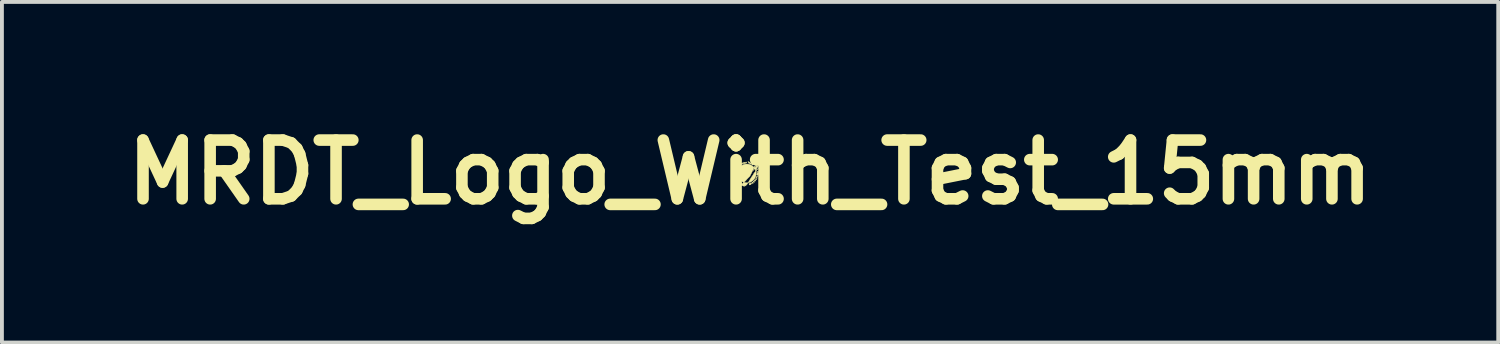
<source format=kicad_pcb>
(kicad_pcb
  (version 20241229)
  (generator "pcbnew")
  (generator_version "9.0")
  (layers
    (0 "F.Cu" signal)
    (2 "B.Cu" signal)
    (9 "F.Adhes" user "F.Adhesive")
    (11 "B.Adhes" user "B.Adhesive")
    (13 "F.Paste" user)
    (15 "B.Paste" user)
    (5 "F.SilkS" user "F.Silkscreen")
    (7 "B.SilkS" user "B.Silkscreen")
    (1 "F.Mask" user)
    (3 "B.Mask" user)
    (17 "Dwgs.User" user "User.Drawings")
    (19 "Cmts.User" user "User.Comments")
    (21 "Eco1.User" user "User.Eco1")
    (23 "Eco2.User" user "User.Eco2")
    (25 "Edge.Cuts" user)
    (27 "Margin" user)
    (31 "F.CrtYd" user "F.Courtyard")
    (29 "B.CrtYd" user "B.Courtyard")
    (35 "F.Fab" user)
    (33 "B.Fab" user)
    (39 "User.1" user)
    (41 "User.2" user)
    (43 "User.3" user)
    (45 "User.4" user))
  (footprint "MRDT_Logo_With_Test_15mm"
    (layer "F.Cu")
    (at 16.408 1.418)
    (property "Reference" "MRDT_Logo_With_Test_15mm" (at 0 0 0) (layer "F.SilkS") (effects (font (size 1.524 1.524) (thickness 0.3))))
    (attr through_hole)
    (fp_poly (pts (xy 0.164 0.105) (xy 0.166 0.106) (xy 0.167 0.108) (xy 0.166 0.11) (xy 0.165 0.111) (xy 0.162 0.111) (xy 0.161 0.11) (xy 0.16 0.109) (xy 0.16 0.107) (xy 0.161 0.105) (xy 0.162 0.105) (xy 0.164 0.105)) (stroke (width 0.01) (type solid)) (fill yes) (layer "F.SilkS"))
    (fp_poly (pts (xy -0.168 -0.262) (xy -0.167 -0.262) (xy -0.166 -0.259) (xy -0.167 -0.257) (xy -0.168 -0.256) (xy -0.17 -0.257) (xy -0.171 -0.258) (xy -0.171 -0.258) (xy -0.172 -0.261) (xy -0.172 -0.262) (xy -0.17 -0.262) (xy -0.17 -0.262) (xy -0.168 -0.262)) (stroke (width 0.01) (type solid)) (fill yes) (layer "F.SilkS"))
    (fp_poly (pts (xy 0.146 -0.047) (xy 0.146 -0.045) (xy 0.146 -0.045) (xy 0.145 -0.043) (xy 0.144 -0.041) (xy 0.142 -0.04) (xy 0.141 -0.039) (xy 0.141 -0.039) (xy 0.141 -0.04) (xy 0.142 -0.042) (xy 0.143 -0.044) (xy 0.144 -0.046) (xy 0.145 -0.047) (xy 0.146 -0.047)) (stroke (width 0.01) (type solid)) (fill yes) (layer "F.SilkS"))
    (fp_poly (pts (xy 0.028 0.27) (xy 0.029 0.272) (xy 0.03 0.273) (xy 0.03 0.274) (xy 0.03 0.274) (xy 0.029 0.275) (xy 0.028 0.276) (xy 0.026 0.276) (xy 0.025 0.276) (xy 0.024 0.274) (xy 0.023 0.272) (xy 0.023 0.271) (xy 0.025 0.27) (xy 0.027 0.27) (xy 0.028 0.27)) (stroke (width 0.01) (type solid)) (fill yes) (layer "F.SilkS"))
    (fp_poly (pts (xy -0.164 -0.252) (xy -0.163 -0.249) (xy -0.161 -0.242) (xy -0.159 -0.236) (xy -0.158 -0.232) (xy -0.157 -0.229) (xy -0.157 -0.227) (xy -0.158 -0.226) (xy -0.159 -0.226) (xy -0.16 -0.225) (xy -0.16 -0.226) (xy -0.161 -0.227) (xy -0.162 -0.229) (xy -0.164 -0.233) (xy -0.165 -0.238) (xy -0.167 -0.244) (xy -0.168 -0.248) (xy -0.168 -0.25) (xy -0.168 -0.252) (xy -0.168 -0.252) (xy -0.165 -0.253) (xy -0.164 -0.252)) (stroke (width 0.01) (type solid)) (fill yes) (layer "F.SilkS"))
    (fp_poly (pts (xy 0.185 0.113) (xy 0.19 0.115) (xy 0.195 0.117) (xy 0.198 0.118) (xy 0.2 0.119) (xy 0.2 0.119) (xy 0.2 0.121) (xy 0.2 0.123) (xy 0.199 0.124) (xy 0.198 0.124) (xy 0.197 0.124) (xy 0.194 0.123) (xy 0.19 0.121) (xy 0.185 0.12) (xy 0.184 0.119) (xy 0.179 0.117) (xy 0.175 0.116) (xy 0.172 0.115) (xy 0.171 0.114) (xy 0.171 0.114) (xy 0.17 0.113) (xy 0.171 0.111) (xy 0.172 0.108) (xy 0.185 0.113)) (stroke (width 0.01) (type solid)) (fill yes) (layer "F.SilkS"))
    (fp_poly (pts (xy 0.034 0.28) (xy 0.035 0.283) (xy 0.038 0.286) (xy 0.04 0.29) (xy 0.042 0.294) (xy 0.045 0.298) (xy 0.047 0.301) (xy 0.048 0.304) (xy 0.048 0.305) (xy 0.048 0.306) (xy 0.047 0.307) (xy 0.045 0.308) (xy 0.044 0.307) (xy 0.042 0.305) (xy 0.042 0.304) (xy 0.04 0.301) (xy 0.038 0.297) (xy 0.035 0.293) (xy 0.034 0.291) (xy 0.031 0.287) (xy 0.03 0.284) (xy 0.029 0.282) (xy 0.029 0.281) (xy 0.03 0.281) (xy 0.03 0.28) (xy 0.032 0.28) (xy 0.033 0.279) (xy 0.034 0.28)) (stroke (width 0.01) (type solid)) (fill yes) (layer "F.SilkS"))
    (fp_poly (pts (xy -0.294 -0.174) (xy -0.294 -0.172) (xy -0.295 -0.17) (xy -0.295 -0.169) (xy -0.296 -0.167) (xy -0.297 -0.165) (xy -0.296 -0.163) (xy -0.294 -0.161) (xy -0.291 -0.157) (xy -0.289 -0.155) (xy -0.286 -0.152) (xy -0.285 -0.15) (xy -0.284 -0.149) (xy -0.284 -0.148) (xy -0.285 -0.147) (xy -0.286 -0.147) (xy -0.287 -0.147) (xy -0.288 -0.147) (xy -0.29 -0.149) (xy -0.293 -0.152) (xy -0.296 -0.155) (xy -0.3 -0.159) (xy -0.303 -0.163) (xy -0.305 -0.165) (xy -0.305 -0.166) (xy -0.305 -0.166) (xy -0.304 -0.168) (xy -0.303 -0.167) (xy -0.302 -0.168) (xy -0.301 -0.169) (xy -0.3 -0.171) (xy -0.299 -0.173) (xy -0.296 -0.175) (xy -0.296 -0.175) (xy -0.294 -0.174)) (stroke (width 0.01) (type solid)) (fill yes) (layer "F.SilkS"))
    (fp_poly (pts (xy -0.382 0.036) (xy -0.381 0.038) (xy -0.381 0.04) (xy -0.381 0.042) (xy -0.38 0.043) (xy -0.377 0.044) (xy -0.374 0.044) (xy -0.368 0.044) (xy -0.368 0.044) (xy -0.363 0.045) (xy -0.36 0.045) (xy -0.359 0.045) (xy -0.358 0.046) (xy -0.358 0.047) (xy -0.358 0.047) (xy -0.358 0.048) (xy -0.359 0.049) (xy -0.36 0.049) (xy -0.363 0.05) (xy -0.367 0.05) (xy -0.367 0.05) (xy -0.374 0.05) (xy -0.38 0.051) (xy -0.383 0.05) (xy -0.385 0.05) (xy -0.386 0.049) (xy -0.386 0.049) (xy -0.386 0.047) (xy -0.385 0.047) (xy -0.385 0.044) (xy -0.386 0.043) (xy -0.387 0.041) (xy -0.387 0.038) (xy -0.386 0.037) (xy -0.384 0.036) (xy -0.382 0.036)) (stroke (width 0.01) (type solid)) (fill yes) (layer "F.SilkS"))
    (fp_poly (pts (xy 0.218 -0.096) (xy 0.219 -0.095) (xy 0.219 -0.094) (xy 0.218 -0.094) (xy 0.217 -0.094) (xy 0.215 -0.094) (xy 0.213 -0.093) (xy 0.21 -0.092) (xy 0.207 -0.09) (xy 0.203 -0.086) (xy 0.202 -0.085) (xy 0.197 -0.08) (xy 0.19 -0.074) (xy 0.182 -0.066) (xy 0.173 -0.056) (xy 0.163 -0.045) (xy 0.159 -0.041) (xy 0.156 -0.038) (xy 0.153 -0.035) (xy 0.151 -0.033) (xy 0.151 -0.033) (xy 0.15 -0.033) (xy 0.149 -0.035) (xy 0.148 -0.038) (xy 0.146 -0.044) (xy 0.153 -0.05) (xy 0.159 -0.056) (xy 0.166 -0.062) (xy 0.173 -0.068) (xy 0.179 -0.074) (xy 0.185 -0.078) (xy 0.187 -0.08) (xy 0.194 -0.085) (xy 0.201 -0.089) (xy 0.207 -0.093) (xy 0.212 -0.095) (xy 0.215 -0.096) (xy 0.218 -0.096)) (stroke (width 0.01) (type solid)) (fill yes) (layer "F.SilkS"))
    (fp_poly (pts (xy 0.167 0.129) (xy 0.168 0.13) (xy 0.168 0.132) (xy 0.167 0.133) (xy 0.166 0.136) (xy 0.166 0.137) (xy 0.167 0.139) (xy 0.169 0.141) (xy 0.173 0.143) (xy 0.177 0.145) (xy 0.18 0.147) (xy 0.184 0.149) (xy 0.186 0.15) (xy 0.187 0.152) (xy 0.186 0.153) (xy 0.186 0.154) (xy 0.185 0.154) (xy 0.184 0.155) (xy 0.182 0.154) (xy 0.18 0.153) (xy 0.176 0.151) (xy 0.171 0.149) (xy 0.165 0.146) (xy 0.162 0.144) (xy 0.159 0.143) (xy 0.158 0.142) (xy 0.158 0.141) (xy 0.158 0.14) (xy 0.158 0.14) (xy 0.159 0.138) (xy 0.16 0.138) (xy 0.161 0.138) (xy 0.161 0.136) (xy 0.161 0.135) (xy 0.161 0.132) (xy 0.163 0.129) (xy 0.164 0.128) (xy 0.165 0.128) (xy 0.167 0.129)) (stroke (width 0.01) (type solid)) (fill yes) (layer "F.SilkS"))
    (fp_poly (pts (xy -0.345 -0.092) (xy -0.342 -0.09) (xy -0.337 -0.087) (xy -0.335 -0.084) (xy -0.334 -0.08) (xy -0.334 -0.078) (xy -0.335 -0.074) (xy -0.337 -0.07) (xy -0.34 -0.067) (xy -0.345 -0.066) (xy -0.35 -0.066) (xy -0.354 -0.068) (xy -0.357 -0.07) (xy -0.36 -0.072) (xy -0.36 -0.072) (xy -0.362 -0.076) (xy -0.362 -0.079) (xy -0.357 -0.079) (xy -0.356 -0.076) (xy -0.353 -0.073) (xy -0.352 -0.073) (xy -0.347 -0.071) (xy -0.343 -0.071) (xy -0.34 -0.073) (xy -0.34 -0.073) (xy -0.338 -0.076) (xy -0.338 -0.078) (xy -0.338 -0.078) (xy -0.339 -0.08) (xy -0.341 -0.083) (xy -0.344 -0.085) (xy -0.347 -0.087) (xy -0.347 -0.087) (xy -0.351 -0.087) (xy -0.354 -0.087) (xy -0.356 -0.085) (xy -0.356 -0.083) (xy -0.357 -0.079) (xy -0.362 -0.079) (xy -0.362 -0.081) (xy -0.361 -0.085) (xy -0.358 -0.089) (xy -0.355 -0.091) (xy -0.352 -0.093) (xy -0.348 -0.093) (xy -0.345 -0.092)) (stroke (width 0.01) (type solid)) (fill yes) (layer "F.SilkS"))
    (fp_poly (pts (xy -0.336 -0.126) (xy -0.334 -0.124) (xy -0.331 -0.121) (xy -0.328 -0.117) (xy -0.327 -0.115) (xy -0.324 -0.111) (xy -0.321 -0.107) (xy -0.32 -0.105) (xy -0.319 -0.103) (xy -0.319 -0.102) (xy -0.32 -0.102) (xy -0.32 -0.101) (xy -0.321 -0.101) (xy -0.322 -0.1) (xy -0.324 -0.1) (xy -0.327 -0.101) (xy -0.331 -0.102) (xy -0.337 -0.103) (xy -0.342 -0.104) (xy -0.346 -0.105) (xy -0.348 -0.106) (xy -0.35 -0.106) (xy -0.35 -0.106) (xy -0.349 -0.107) (xy -0.348 -0.109) (xy -0.348 -0.109) (xy -0.347 -0.11) (xy -0.345 -0.11) (xy -0.343 -0.109) (xy -0.339 -0.109) (xy -0.336 -0.108) (xy -0.332 -0.107) (xy -0.329 -0.106) (xy -0.327 -0.106) (xy -0.326 -0.107) (xy -0.327 -0.108) (xy -0.329 -0.11) (xy -0.332 -0.113) (xy -0.333 -0.115) (xy -0.336 -0.119) (xy -0.337 -0.121) (xy -0.338 -0.123) (xy -0.338 -0.124) (xy -0.338 -0.125) (xy -0.337 -0.127) (xy -0.336 -0.127) (xy -0.336 -0.126)) (stroke (width 0.01) (type solid)) (fill yes) (layer "F.SilkS"))
    (fp_poly (pts (xy -0.052 -0.274) (xy -0.049 -0.273) (xy -0.045 -0.273) (xy -0.04 -0.272) (xy -0.035 -0.271) (xy -0.031 -0.271) (xy -0.028 -0.27) (xy -0.027 -0.27) (xy -0.027 -0.27) (xy -0.026 -0.268) (xy -0.027 -0.266) (xy -0.028 -0.265) (xy -0.029 -0.265) (xy -0.031 -0.266) (xy -0.034 -0.266) (xy -0.035 -0.266) (xy -0.039 -0.267) (xy -0.041 -0.255) (xy -0.042 -0.248) (xy -0.043 -0.243) (xy -0.043 -0.24) (xy -0.044 -0.237) (xy -0.044 -0.236) (xy -0.045 -0.235) (xy -0.046 -0.235) (xy -0.046 -0.235) (xy -0.047 -0.235) (xy -0.049 -0.235) (xy -0.05 -0.235) (xy -0.049 -0.236) (xy -0.049 -0.239) (xy -0.048 -0.243) (xy -0.048 -0.248) (xy -0.047 -0.253) (xy -0.046 -0.257) (xy -0.046 -0.261) (xy -0.045 -0.264) (xy -0.045 -0.266) (xy -0.045 -0.267) (xy -0.046 -0.268) (xy -0.048 -0.268) (xy -0.05 -0.269) (xy -0.054 -0.269) (xy -0.055 -0.27) (xy -0.056 -0.271) (xy -0.056 -0.272) (xy -0.056 -0.273) (xy -0.055 -0.274) (xy -0.054 -0.274) (xy -0.052 -0.274)) (stroke (width 0.01) (type solid)) (fill yes) (layer "F.SilkS"))
    (fp_poly (pts (xy 0.132 0.2) (xy 0.135 0.202) (xy 0.138 0.205) (xy 0.141 0.208) (xy 0.143 0.211) (xy 0.144 0.213) (xy 0.144 0.217) (xy 0.143 0.221) (xy 0.14 0.225) (xy 0.137 0.228) (xy 0.133 0.23) (xy 0.131 0.23) (xy 0.127 0.23) (xy 0.125 0.229) (xy 0.124 0.229) (xy 0.122 0.228) (xy 0.119 0.226) (xy 0.119 0.226) (xy 0.115 0.222) (xy 0.113 0.218) (xy 0.112 0.214) (xy 0.118 0.214) (xy 0.119 0.217) (xy 0.122 0.22) (xy 0.124 0.223) (xy 0.127 0.224) (xy 0.129 0.224) (xy 0.13 0.224) (xy 0.134 0.224) (xy 0.136 0.222) (xy 0.138 0.219) (xy 0.139 0.217) (xy 0.138 0.214) (xy 0.137 0.212) (xy 0.135 0.209) (xy 0.134 0.209) (xy 0.132 0.207) (xy 0.129 0.206) (xy 0.127 0.205) (xy 0.126 0.205) (xy 0.123 0.206) (xy 0.121 0.207) (xy 0.119 0.208) (xy 0.118 0.211) (xy 0.118 0.214) (xy 0.112 0.214) (xy 0.112 0.213) (xy 0.113 0.209) (xy 0.115 0.205) (xy 0.118 0.202) (xy 0.122 0.2) (xy 0.127 0.199) (xy 0.132 0.2)) (stroke (width 0.01) (type solid)) (fill yes) (layer "F.SilkS"))
    (fp_poly (pts (xy 0.179 -0.024) (xy 0.18 -0.023) (xy 0.18 -0.021) (xy 0.181 -0.018) (xy 0.181 -0.015) (xy 0.182 -0.012) (xy 0.182 -0.011) (xy 0.183 -0.011) (xy 0.186 -0.012) (xy 0.19 -0.013) (xy 0.195 -0.013) (xy 0.201 -0.014) (xy 0.207 -0.016) (xy 0.212 -0.017) (xy 0.216 -0.017) (xy 0.218 -0.017) (xy 0.219 -0.016) (xy 0.219 -0.016) (xy 0.219 -0.014) (xy 0.219 -0.013) (xy 0.219 -0.013) (xy 0.218 -0.012) (xy 0.215 -0.011) (xy 0.212 -0.01) (xy 0.207 -0.009) (xy 0.201 -0.008) (xy 0.195 -0.007) (xy 0.191 -0.006) (xy 0.187 -0.005) (xy 0.184 -0.005) (xy 0.183 -0.005) (xy 0.183 -0.004) (xy 0.184 -0.001) (xy 0.185 0.003) (xy 0.186 0.007) (xy 0.185 0.008) (xy 0.184 0.009) (xy 0.183 0.009) (xy 0.181 0.009) (xy 0.18 0.009) (xy 0.18 0.007) (xy 0.179 0.004) (xy 0.178 -0.000413) (xy 0.177 -0.005) (xy 0.177 -0.01) (xy 0.176 -0.015) (xy 0.175 -0.019) (xy 0.175 -0.022) (xy 0.175 -0.023) (xy 0.175 -0.023) (xy 0.176 -0.024) (xy 0.177 -0.024) (xy 0.179 -0.024)) (stroke (width 0.01) (type solid)) (fill yes) (layer "F.SilkS"))
    (fp_poly (pts (xy -0.214 -0.23) (xy -0.21 -0.228) (xy -0.207 -0.224) (xy -0.207 -0.224) (xy -0.205 -0.221) (xy -0.215 -0.216) (xy -0.224 -0.211) (xy -0.221 -0.209) (xy -0.218 -0.207) (xy -0.214 -0.207) (xy -0.211 -0.208) (xy -0.209 -0.211) (xy -0.209 -0.212) (xy -0.207 -0.215) (xy -0.205 -0.217) (xy -0.204 -0.217) (xy -0.203 -0.216) (xy -0.203 -0.214) (xy -0.203 -0.214) (xy -0.204 -0.211) (xy -0.205 -0.209) (xy -0.207 -0.206) (xy -0.21 -0.204) (xy -0.212 -0.203) (xy -0.215 -0.202) (xy -0.216 -0.202) (xy -0.22 -0.203) (xy -0.224 -0.204) (xy -0.224 -0.204) (xy -0.227 -0.208) (xy -0.229 -0.213) (xy -0.23 -0.218) (xy -0.231 -0.218) (xy -0.231 -0.218) (xy -0.225 -0.218) (xy -0.225 -0.215) (xy -0.219 -0.219) (xy -0.216 -0.22) (xy -0.213 -0.222) (xy -0.212 -0.223) (xy -0.212 -0.223) (xy -0.213 -0.224) (xy -0.215 -0.225) (xy -0.217 -0.226) (xy -0.219 -0.226) (xy -0.219 -0.226) (xy -0.221 -0.226) (xy -0.223 -0.224) (xy -0.225 -0.221) (xy -0.225 -0.218) (xy -0.231 -0.218) (xy -0.23 -0.222) (xy -0.229 -0.224) (xy -0.227 -0.226) (xy -0.223 -0.229) (xy -0.219 -0.23) (xy -0.214 -0.23)) (stroke (width 0.01) (type solid)) (fill yes) (layer "F.SilkS"))
    (fp_poly (pts (xy 0.15 0.16) (xy 0.152 0.161) (xy 0.156 0.164) (xy 0.16 0.166) (xy 0.164 0.169) (xy 0.168 0.171) (xy 0.171 0.173) (xy 0.173 0.175) (xy 0.174 0.175) (xy 0.173 0.177) (xy 0.171 0.178) (xy 0.17 0.178) (xy 0.169 0.178) (xy 0.169 0.18) (xy 0.169 0.182) (xy 0.169 0.185) (xy 0.167 0.188) (xy 0.165 0.19) (xy 0.162 0.192) (xy 0.159 0.193) (xy 0.155 0.192) (xy 0.152 0.191) (xy 0.149 0.189) (xy 0.145 0.187) (xy 0.141 0.185) (xy 0.138 0.183) (xy 0.136 0.181) (xy 0.135 0.18) (xy 0.135 0.179) (xy 0.136 0.178) (xy 0.136 0.177) (xy 0.137 0.177) (xy 0.138 0.176) (xy 0.14 0.177) (xy 0.142 0.179) (xy 0.146 0.181) (xy 0.148 0.182) (xy 0.153 0.185) (xy 0.157 0.186) (xy 0.16 0.187) (xy 0.162 0.186) (xy 0.163 0.185) (xy 0.163 0.185) (xy 0.165 0.182) (xy 0.165 0.179) (xy 0.164 0.177) (xy 0.161 0.174) (xy 0.157 0.171) (xy 0.152 0.168) (xy 0.148 0.166) (xy 0.146 0.164) (xy 0.145 0.163) (xy 0.145 0.162) (xy 0.146 0.161) (xy 0.147 0.16) (xy 0.148 0.159) (xy 0.15 0.16)) (stroke (width 0.01) (type solid)) (fill yes) (layer "F.SilkS"))
    (fp_poly (pts (xy -0.253 -0.218) (xy -0.249 -0.216) (xy -0.245 -0.213) (xy -0.241 -0.209) (xy -0.238 -0.204) (xy -0.237 -0.199) (xy -0.237 -0.196) (xy -0.237 -0.193) (xy -0.238 -0.19) (xy -0.24 -0.187) (xy -0.244 -0.183) (xy -0.249 -0.18) (xy -0.251 -0.178) (xy -0.256 -0.175) (xy -0.266 -0.19) (xy -0.27 -0.196) (xy -0.273 -0.2) (xy -0.275 -0.203) (xy -0.276 -0.205) (xy -0.276 -0.206) (xy -0.269 -0.206) (xy -0.269 -0.204) (xy -0.268 -0.202) (xy -0.266 -0.199) (xy -0.263 -0.195) (xy -0.26 -0.191) (xy -0.258 -0.188) (xy -0.256 -0.185) (xy -0.254 -0.183) (xy -0.253 -0.183) (xy -0.252 -0.184) (xy -0.249 -0.185) (xy -0.247 -0.188) (xy -0.247 -0.188) (xy -0.244 -0.191) (xy -0.242 -0.194) (xy -0.242 -0.197) (xy -0.243 -0.201) (xy -0.244 -0.203) (xy -0.247 -0.208) (xy -0.251 -0.211) (xy -0.255 -0.212) (xy -0.256 -0.212) (xy -0.259 -0.212) (xy -0.262 -0.21) (xy -0.265 -0.209) (xy -0.268 -0.207) (xy -0.269 -0.206) (xy -0.276 -0.206) (xy -0.276 -0.206) (xy -0.276 -0.207) (xy -0.274 -0.209) (xy -0.271 -0.211) (xy -0.267 -0.213) (xy -0.263 -0.215) (xy -0.26 -0.217) (xy -0.258 -0.218) (xy -0.253 -0.218)) (stroke (width 0.01) (type solid)) (fill yes) (layer "F.SilkS"))
    (fp_poly (pts (xy -0.097 -0.265) (xy -0.094 -0.263) (xy -0.092 -0.261) (xy -0.091 -0.257) (xy -0.09 -0.252) (xy -0.09 -0.245) (xy -0.09 -0.241) (xy -0.09 -0.239) (xy -0.09 -0.238) (xy -0.091 -0.237) (xy -0.092 -0.237) (xy -0.093 -0.237) (xy -0.094 -0.238) (xy -0.094 -0.239) (xy -0.095 -0.242) (xy -0.095 -0.246) (xy -0.095 -0.247) (xy -0.096 -0.251) (xy -0.096 -0.255) (xy -0.097 -0.258) (xy -0.097 -0.258) (xy -0.099 -0.26) (xy -0.102 -0.26) (xy -0.105 -0.259) (xy -0.106 -0.258) (xy -0.107 -0.258) (xy -0.107 -0.256) (xy -0.107 -0.254) (xy -0.107 -0.251) (xy -0.107 -0.246) (xy -0.107 -0.242) (xy -0.107 -0.238) (xy -0.107 -0.237) (xy -0.108 -0.236) (xy -0.109 -0.236) (xy -0.11 -0.236) (xy -0.111 -0.236) (xy -0.111 -0.236) (xy -0.112 -0.238) (xy -0.112 -0.24) (xy -0.113 -0.245) (xy -0.113 -0.245) (xy -0.113 -0.252) (xy -0.113 -0.257) (xy -0.113 -0.26) (xy -0.113 -0.262) (xy -0.112 -0.263) (xy -0.112 -0.264) (xy -0.111 -0.264) (xy -0.11 -0.263) (xy -0.109 -0.262) (xy -0.109 -0.261) (xy -0.108 -0.261) (xy -0.107 -0.262) (xy -0.105 -0.264) (xy -0.102 -0.264) (xy -0.101 -0.265) (xy -0.097 -0.265)) (stroke (width 0.01) (type solid)) (fill yes) (layer "F.SilkS"))
    (fp_poly (pts (xy -0.009 -0.255) (xy -0.006 -0.253) (xy -0.003 -0.249) (xy -0.001 -0.245) (xy -0.002 -0.242) (xy -0.002 -0.239) (xy -0.003 -0.238) (xy -0.003 -0.237) (xy -0.004 -0.237) (xy -0.006 -0.238) (xy -0.01 -0.239) (xy -0.012 -0.24) (xy -0.022 -0.242) (xy -0.022 -0.24) (xy -0.022 -0.237) (xy -0.02 -0.234) (xy -0.017 -0.232) (xy -0.014 -0.232) (xy -0.012 -0.233) (xy -0.009 -0.234) (xy -0.007 -0.234) (xy -0.005 -0.234) (xy -0.004 -0.233) (xy -0.005 -0.231) (xy -0.007 -0.23) (xy -0.01 -0.228) (xy -0.013 -0.228) (xy -0.014 -0.228) (xy -0.018 -0.228) (xy -0.021 -0.229) (xy -0.021 -0.229) (xy -0.024 -0.232) (xy -0.027 -0.236) (xy -0.027 -0.241) (xy -0.027 -0.246) (xy -0.026 -0.248) (xy -0.02 -0.248) (xy -0.019 -0.247) (xy -0.017 -0.246) (xy -0.014 -0.245) (xy -0.011 -0.244) (xy -0.008 -0.243) (xy -0.007 -0.243) (xy -0.006 -0.243) (xy -0.007 -0.245) (xy -0.008 -0.249) (xy -0.011 -0.251) (xy -0.014 -0.252) (xy -0.016 -0.251) (xy -0.018 -0.25) (xy -0.02 -0.249) (xy -0.02 -0.248) (xy -0.026 -0.248) (xy -0.025 -0.249) (xy -0.022 -0.253) (xy -0.018 -0.255) (xy -0.014 -0.256) (xy -0.009 -0.255)) (stroke (width 0.01) (type solid)) (fill yes) (layer "F.SilkS"))
    (fp_poly (pts (xy -0.185 -0.244) (xy -0.182 -0.244) (xy -0.18 -0.243) (xy -0.179 -0.241) (xy -0.179 -0.24) (xy -0.181 -0.239) (xy -0.183 -0.239) (xy -0.185 -0.24) (xy -0.186 -0.24) (xy -0.188 -0.24) (xy -0.19 -0.24) (xy -0.192 -0.239) (xy -0.193 -0.237) (xy -0.194 -0.235) (xy -0.194 -0.234) (xy -0.193 -0.234) (xy -0.191 -0.234) (xy -0.188 -0.234) (xy -0.187 -0.234) (xy -0.183 -0.234) (xy -0.18 -0.234) (xy -0.178 -0.233) (xy -0.176 -0.233) (xy -0.175 -0.232) (xy -0.175 -0.232) (xy -0.173 -0.229) (xy -0.173 -0.225) (xy -0.176 -0.222) (xy -0.176 -0.221) (xy -0.18 -0.218) (xy -0.184 -0.216) (xy -0.189 -0.217) (xy -0.19 -0.217) (xy -0.193 -0.219) (xy -0.194 -0.22) (xy -0.194 -0.222) (xy -0.194 -0.222) (xy -0.192 -0.223) (xy -0.19 -0.223) (xy -0.189 -0.222) (xy -0.185 -0.221) (xy -0.182 -0.222) (xy -0.179 -0.223) (xy -0.178 -0.226) (xy -0.179 -0.227) (xy -0.181 -0.228) (xy -0.185 -0.228) (xy -0.189 -0.228) (xy -0.193 -0.228) (xy -0.195 -0.229) (xy -0.196 -0.229) (xy -0.197 -0.231) (xy -0.199 -0.233) (xy -0.199 -0.237) (xy -0.198 -0.24) (xy -0.195 -0.242) (xy -0.191 -0.244) (xy -0.189 -0.244) (xy -0.185 -0.244)) (stroke (width 0.01) (type solid)) (fill yes) (layer "F.SilkS"))
    (fp_poly (pts (xy -0.364 0.006) (xy -0.361 0.008) (xy -0.361 0.008) (xy -0.359 0.01) (xy -0.358 0.013) (xy -0.358 0.016) (xy -0.359 0.021) (xy -0.36 0.025) (xy -0.363 0.027) (xy -0.366 0.028) (xy -0.368 0.028) (xy -0.368 0.027) (xy -0.368 0.026) (xy -0.367 0.024) (xy -0.366 0.022) (xy -0.363 0.021) (xy -0.362 0.018) (xy -0.362 0.015) (xy -0.363 0.013) (xy -0.365 0.011) (xy -0.366 0.011) (xy -0.367 0.012) (xy -0.369 0.014) (xy -0.37 0.017) (xy -0.37 0.017) (xy -0.372 0.021) (xy -0.374 0.025) (xy -0.375 0.026) (xy -0.377 0.027) (xy -0.379 0.027) (xy -0.381 0.026) (xy -0.382 0.026) (xy -0.385 0.024) (xy -0.386 0.02) (xy -0.387 0.016) (xy -0.386 0.012) (xy -0.384 0.008) (xy -0.383 0.007) (xy -0.38 0.005) (xy -0.379 0.005) (xy -0.378 0.007) (xy -0.378 0.007) (xy -0.378 0.009) (xy -0.38 0.011) (xy -0.382 0.013) (xy -0.382 0.016) (xy -0.382 0.017) (xy -0.382 0.02) (xy -0.381 0.021) (xy -0.38 0.021) (xy -0.38 0.021) (xy -0.378 0.021) (xy -0.377 0.02) (xy -0.376 0.017) (xy -0.376 0.016) (xy -0.374 0.011) (xy -0.371 0.008) (xy -0.368 0.006) (xy -0.366 0.005) (xy -0.364 0.006)) (stroke (width 0.01) (type solid)) (fill yes) (layer "F.SilkS"))
    (fp_poly (pts (xy 0.068 0.26) (xy 0.071 0.261) (xy 0.072 0.262) (xy 0.072 0.262) (xy 0.071 0.263) (xy 0.069 0.265) (xy 0.066 0.265) (xy 0.065 0.265) (xy 0.061 0.266) (xy 0.059 0.267) (xy 0.057 0.27) (xy 0.057 0.271) (xy 0.057 0.273) (xy 0.059 0.273) (xy 0.063 0.273) (xy 0.066 0.271) (xy 0.07 0.27) (xy 0.073 0.269) (xy 0.075 0.269) (xy 0.079 0.27) (xy 0.081 0.272) (xy 0.083 0.276) (xy 0.082 0.28) (xy 0.081 0.284) (xy 0.078 0.287) (xy 0.074 0.29) (xy 0.069 0.291) (xy 0.065 0.291) (xy 0.063 0.29) (xy 0.061 0.289) (xy 0.061 0.288) (xy 0.062 0.286) (xy 0.063 0.285) (xy 0.065 0.285) (xy 0.067 0.285) (xy 0.071 0.285) (xy 0.074 0.284) (xy 0.076 0.281) (xy 0.077 0.279) (xy 0.077 0.277) (xy 0.076 0.276) (xy 0.075 0.275) (xy 0.073 0.276) (xy 0.069 0.277) (xy 0.066 0.278) (xy 0.063 0.279) (xy 0.06 0.28) (xy 0.058 0.28) (xy 0.057 0.279) (xy 0.056 0.279) (xy 0.053 0.276) (xy 0.051 0.273) (xy 0.051 0.269) (xy 0.052 0.269) (xy 0.054 0.265) (xy 0.057 0.262) (xy 0.061 0.26) (xy 0.063 0.259) (xy 0.065 0.259) (xy 0.068 0.26)) (stroke (width 0.01) (type solid)) (fill yes) (layer "F.SilkS"))
    (fp_poly (pts (xy 0.1 0.233) (xy 0.101 0.235) (xy 0.101 0.235) (xy 0.1 0.237) (xy 0.097 0.238) (xy 0.097 0.238) (xy 0.093 0.238) (xy 0.09 0.24) (xy 0.088 0.243) (xy 0.088 0.244) (xy 0.088 0.246) (xy 0.089 0.247) (xy 0.091 0.247) (xy 0.093 0.246) (xy 0.097 0.244) (xy 0.098 0.244) (xy 0.102 0.242) (xy 0.105 0.241) (xy 0.107 0.24) (xy 0.108 0.241) (xy 0.109 0.241) (xy 0.112 0.243) (xy 0.114 0.246) (xy 0.115 0.249) (xy 0.115 0.249) (xy 0.115 0.252) (xy 0.113 0.256) (xy 0.11 0.259) (xy 0.109 0.26) (xy 0.105 0.263) (xy 0.1 0.263) (xy 0.097 0.263) (xy 0.095 0.262) (xy 0.094 0.261) (xy 0.095 0.26) (xy 0.095 0.259) (xy 0.097 0.258) (xy 0.099 0.257) (xy 0.1 0.258) (xy 0.103 0.257) (xy 0.106 0.256) (xy 0.108 0.254) (xy 0.11 0.251) (xy 0.109 0.248) (xy 0.108 0.247) (xy 0.107 0.247) (xy 0.105 0.247) (xy 0.101 0.249) (xy 0.098 0.25) (xy 0.095 0.252) (xy 0.092 0.253) (xy 0.09 0.253) (xy 0.089 0.253) (xy 0.088 0.253) (xy 0.085 0.25) (xy 0.083 0.247) (xy 0.083 0.243) (xy 0.085 0.239) (xy 0.085 0.239) (xy 0.088 0.235) (xy 0.093 0.232) (xy 0.095 0.232) (xy 0.099 0.232) (xy 0.1 0.233)) (stroke (width 0.01) (type solid)) (fill yes) (layer "F.SilkS"))
    (fp_poly (pts (xy -0.311 -0.15) (xy -0.308 -0.149) (xy -0.305 -0.148) (xy -0.304 -0.147) (xy -0.303 -0.146) (xy -0.304 -0.145) (xy -0.305 -0.143) (xy -0.308 -0.14) (xy -0.309 -0.138) (xy -0.312 -0.134) (xy -0.314 -0.131) (xy -0.314 -0.13) (xy -0.313 -0.129) (xy -0.311 -0.128) (xy -0.31 -0.128) (xy -0.306 -0.129) (xy -0.304 -0.132) (xy -0.303 -0.135) (xy -0.303 -0.137) (xy -0.303 -0.14) (xy -0.302 -0.142) (xy -0.301 -0.142) (xy -0.3 -0.143) (xy -0.299 -0.143) (xy -0.298 -0.141) (xy -0.297 -0.138) (xy -0.298 -0.135) (xy -0.299 -0.132) (xy -0.299 -0.131) (xy -0.302 -0.127) (xy -0.306 -0.124) (xy -0.311 -0.123) (xy -0.315 -0.124) (xy -0.316 -0.124) (xy -0.319 -0.126) (xy -0.322 -0.13) (xy -0.325 -0.133) (xy -0.325 -0.133) (xy -0.326 -0.138) (xy -0.326 -0.14) (xy -0.321 -0.14) (xy -0.321 -0.136) (xy -0.32 -0.135) (xy -0.319 -0.134) (xy -0.319 -0.133) (xy -0.318 -0.134) (xy -0.316 -0.136) (xy -0.314 -0.139) (xy -0.312 -0.141) (xy -0.311 -0.144) (xy -0.31 -0.145) (xy -0.311 -0.145) (xy -0.314 -0.146) (xy -0.314 -0.146) (xy -0.318 -0.145) (xy -0.321 -0.143) (xy -0.321 -0.14) (xy -0.326 -0.14) (xy -0.325 -0.142) (xy -0.323 -0.146) (xy -0.322 -0.147) (xy -0.319 -0.149) (xy -0.317 -0.15) (xy -0.314 -0.151) (xy -0.311 -0.15)) (stroke (width 0.01) (type solid)) (fill yes) (layer "F.SilkS"))
    (fp_poly (pts (xy -0.357 0.06) (xy -0.356 0.062) (xy -0.356 0.064) (xy -0.357 0.065) (xy -0.357 0.066) (xy -0.357 0.068) (xy -0.356 0.069) (xy -0.354 0.073) (xy -0.354 0.077) (xy -0.353 0.077) (xy -0.354 0.081) (xy -0.356 0.084) (xy -0.359 0.085) (xy -0.362 0.086) (xy -0.365 0.085) (xy -0.367 0.084) (xy -0.368 0.082) (xy -0.37 0.078) (xy -0.371 0.076) (xy -0.372 0.072) (xy -0.373 0.07) (xy -0.374 0.069) (xy -0.374 0.069) (xy -0.377 0.07) (xy -0.378 0.072) (xy -0.378 0.075) (xy -0.378 0.078) (xy -0.377 0.08) (xy -0.374 0.081) (xy -0.374 0.081) (xy -0.372 0.083) (xy -0.372 0.084) (xy -0.373 0.086) (xy -0.374 0.087) (xy -0.377 0.086) (xy -0.378 0.084) (xy -0.382 0.08) (xy -0.383 0.076) (xy -0.383 0.071) (xy -0.382 0.068) (xy -0.382 0.068) (xy -0.369 0.068) (xy -0.367 0.073) (xy -0.365 0.077) (xy -0.363 0.08) (xy -0.361 0.081) (xy -0.359 0.08) (xy -0.359 0.079) (xy -0.358 0.075) (xy -0.359 0.072) (xy -0.361 0.069) (xy -0.364 0.068) (xy -0.366 0.068) (xy -0.369 0.068) (xy -0.382 0.068) (xy -0.381 0.067) (xy -0.38 0.066) (xy -0.377 0.065) (xy -0.373 0.064) (xy -0.368 0.062) (xy -0.368 0.062) (xy -0.364 0.061) (xy -0.361 0.061) (xy -0.359 0.06) (xy -0.359 0.06) (xy -0.357 0.06)) (stroke (width 0.01) (type solid)) (fill yes) (layer "F.SilkS"))
    (fp_poly (pts (xy 0.024 -0.243) (xy 0.029 -0.24) (xy 0.029 -0.24) (xy 0.031 -0.238) (xy 0.032 -0.235) (xy 0.032 -0.232) (xy 0.031 -0.228) (xy 0.029 -0.224) (xy 0.027 -0.22) (xy 0.026 -0.216) (xy 0.025 -0.214) (xy 0.025 -0.214) (xy 0.024 -0.212) (xy 0.023 -0.212) (xy 0.022 -0.213) (xy 0.021 -0.214) (xy 0.02 -0.215) (xy 0.019 -0.216) (xy 0.017 -0.216) (xy 0.013 -0.217) (xy 0.009 -0.219) (xy 0.006 -0.221) (xy 0.004 -0.224) (xy 0.004 -0.225) (xy 0.004 -0.226) (xy 0.009 -0.226) (xy 0.01 -0.224) (xy 0.011 -0.222) (xy 0.014 -0.221) (xy 0.018 -0.22) (xy 0.021 -0.222) (xy 0.022 -0.223) (xy 0.023 -0.225) (xy 0.024 -0.226) (xy 0.024 -0.226) (xy 0.023 -0.227) (xy 0.02 -0.227) (xy 0.018 -0.228) (xy 0.014 -0.229) (xy 0.012 -0.229) (xy 0.011 -0.228) (xy 0.011 -0.228) (xy 0.009 -0.226) (xy 0.004 -0.226) (xy 0.005 -0.228) (xy 0.006 -0.231) (xy 0.008 -0.233) (xy 0.011 -0.233) (xy 0.014 -0.233) (xy 0.02 -0.232) (xy 0.02 -0.232) (xy 0.024 -0.231) (xy 0.026 -0.231) (xy 0.027 -0.231) (xy 0.027 -0.232) (xy 0.027 -0.233) (xy 0.026 -0.235) (xy 0.024 -0.238) (xy 0.022 -0.239) (xy 0.02 -0.24) (xy 0.018 -0.239) (xy 0.016 -0.239) (xy 0.014 -0.238) (xy 0.013 -0.239) (xy 0.011 -0.24) (xy 0.012 -0.242) (xy 0.014 -0.243) (xy 0.015 -0.243) (xy 0.019 -0.244) (xy 0.024 -0.243)) (stroke (width 0.01) (type solid)) (fill yes) (layer "F.SilkS"))
    (fp_poly (pts (xy 0.189 0.046) (xy 0.19 0.047) (xy 0.19 0.048) (xy 0.19 0.05) (xy 0.188 0.051) (xy 0.187 0.051) (xy 0.183 0.053) (xy 0.181 0.057) (xy 0.179 0.061) (xy 0.179 0.065) (xy 0.181 0.068) (xy 0.183 0.069) (xy 0.184 0.07) (xy 0.186 0.07) (xy 0.187 0.069) (xy 0.189 0.067) (xy 0.19 0.064) (xy 0.193 0.06) (xy 0.193 0.059) (xy 0.196 0.054) (xy 0.2 0.05) (xy 0.204 0.048) (xy 0.207 0.048) (xy 0.212 0.05) (xy 0.216 0.053) (xy 0.218 0.057) (xy 0.218 0.062) (xy 0.218 0.066) (xy 0.216 0.07) (xy 0.214 0.075) (xy 0.212 0.078) (xy 0.21 0.079) (xy 0.208 0.08) (xy 0.205 0.081) (xy 0.202 0.082) (xy 0.2 0.082) (xy 0.2 0.081) (xy 0.2 0.08) (xy 0.2 0.078) (xy 0.201 0.076) (xy 0.202 0.076) (xy 0.205 0.075) (xy 0.208 0.072) (xy 0.21 0.07) (xy 0.212 0.067) (xy 0.212 0.063) (xy 0.212 0.059) (xy 0.211 0.056) (xy 0.21 0.056) (xy 0.208 0.054) (xy 0.205 0.054) (xy 0.203 0.056) (xy 0.2 0.06) (xy 0.198 0.064) (xy 0.195 0.069) (xy 0.192 0.073) (xy 0.19 0.075) (xy 0.187 0.076) (xy 0.186 0.076) (xy 0.181 0.075) (xy 0.177 0.073) (xy 0.175 0.069) (xy 0.174 0.064) (xy 0.174 0.063) (xy 0.175 0.057) (xy 0.177 0.052) (xy 0.179 0.049) (xy 0.183 0.046) (xy 0.187 0.045) (xy 0.189 0.046)) (stroke (width 0.01) (type solid)) (fill yes) (layer "F.SilkS"))
    (fp_poly (pts (xy -0.129 -0.26) (xy -0.128 -0.259) (xy -0.128 -0.258) (xy -0.127 -0.254) (xy -0.126 -0.25) (xy -0.126 -0.249) (xy -0.124 -0.241) (xy -0.124 -0.235) (xy -0.124 -0.231) (xy -0.124 -0.227) (xy -0.126 -0.225) (xy -0.128 -0.223) (xy -0.13 -0.222) (xy -0.135 -0.22) (xy -0.139 -0.221) (xy -0.143 -0.223) (xy -0.143 -0.223) (xy -0.145 -0.225) (xy -0.146 -0.226) (xy -0.146 -0.226) (xy -0.145 -0.227) (xy -0.143 -0.228) (xy -0.141 -0.227) (xy -0.14 -0.227) (xy -0.138 -0.225) (xy -0.134 -0.225) (xy -0.131 -0.227) (xy -0.13 -0.227) (xy -0.129 -0.23) (xy -0.128 -0.232) (xy -0.128 -0.235) (xy -0.129 -0.235) (xy -0.13 -0.234) (xy -0.13 -0.234) (xy -0.133 -0.232) (xy -0.137 -0.232) (xy -0.141 -0.232) (xy -0.143 -0.233) (xy -0.147 -0.237) (xy -0.149 -0.241) (xy -0.15 -0.247) (xy -0.15 -0.247) (xy -0.145 -0.247) (xy -0.144 -0.242) (xy -0.141 -0.238) (xy -0.141 -0.237) (xy -0.139 -0.236) (xy -0.136 -0.236) (xy -0.133 -0.238) (xy -0.132 -0.238) (xy -0.131 -0.241) (xy -0.13 -0.244) (xy -0.131 -0.248) (xy -0.132 -0.251) (xy -0.134 -0.254) (xy -0.136 -0.255) (xy -0.138 -0.255) (xy -0.141 -0.254) (xy -0.144 -0.252) (xy -0.145 -0.248) (xy -0.145 -0.247) (xy -0.15 -0.247) (xy -0.149 -0.251) (xy -0.149 -0.253) (xy -0.148 -0.255) (xy -0.147 -0.256) (xy -0.143 -0.259) (xy -0.139 -0.26) (xy -0.135 -0.259) (xy -0.133 -0.258) (xy -0.133 -0.259) (xy -0.132 -0.259) (xy -0.132 -0.261) (xy -0.13 -0.261) (xy -0.129 -0.26)) (stroke (width 0.01) (type solid)) (fill yes) (layer "F.SilkS"))
    (fp_poly (pts (xy -0.37 -0.06) (xy -0.367 -0.058) (xy -0.365 -0.056) (xy -0.364 -0.053) (xy -0.364 -0.05) (xy -0.363 -0.049) (xy -0.361 -0.05) (xy -0.361 -0.05) (xy -0.358 -0.051) (xy -0.355 -0.052) (xy -0.352 -0.053) (xy -0.348 -0.054) (xy -0.346 -0.055) (xy -0.344 -0.055) (xy -0.344 -0.054) (xy -0.344 -0.052) (xy -0.345 -0.05) (xy -0.348 -0.049) (xy -0.352 -0.047) (xy -0.354 -0.047) (xy -0.359 -0.045) (xy -0.363 -0.043) (xy -0.365 -0.04) (xy -0.366 -0.037) (xy -0.367 -0.036) (xy -0.367 -0.035) (xy -0.366 -0.034) (xy -0.365 -0.033) (xy -0.362 -0.032) (xy -0.36 -0.031) (xy -0.357 -0.03) (xy -0.354 -0.029) (xy -0.353 -0.028) (xy -0.352 -0.028) (xy -0.352 -0.027) (xy -0.352 -0.025) (xy -0.353 -0.024) (xy -0.354 -0.023) (xy -0.355 -0.024) (xy -0.358 -0.024) (xy -0.362 -0.026) (xy -0.367 -0.027) (xy -0.371 -0.029) (xy -0.377 -0.031) (xy -0.382 -0.032) (xy -0.386 -0.033) (xy -0.388 -0.034) (xy -0.389 -0.035) (xy -0.389 -0.036) (xy -0.388 -0.039) (xy -0.383 -0.039) (xy -0.383 -0.039) (xy -0.381 -0.038) (xy -0.379 -0.037) (xy -0.376 -0.036) (xy -0.374 -0.036) (xy -0.373 -0.036) (xy -0.372 -0.037) (xy -0.371 -0.039) (xy -0.37 -0.042) (xy -0.369 -0.047) (xy -0.369 -0.051) (xy -0.37 -0.053) (xy -0.372 -0.055) (xy -0.374 -0.055) (xy -0.377 -0.054) (xy -0.379 -0.05) (xy -0.381 -0.046) (xy -0.382 -0.042) (xy -0.383 -0.04) (xy -0.383 -0.039) (xy -0.388 -0.039) (xy -0.388 -0.039) (xy -0.387 -0.042) (xy -0.386 -0.046) (xy -0.384 -0.05) (xy -0.383 -0.054) (xy -0.381 -0.057) (xy -0.381 -0.058) (xy -0.377 -0.06) (xy -0.374 -0.061) (xy -0.37 -0.06)) (stroke (width 0.01) (type solid)) (fill yes) (layer "F.SilkS"))
    (fp_poly (pts (xy 0.052 -0.229) (xy 0.052 -0.227) (xy 0.053 -0.226) (xy 0.054 -0.225) (xy 0.057 -0.225) (xy 0.06 -0.223) (xy 0.063 -0.22) (xy 0.063 -0.219) (xy 0.064 -0.217) (xy 0.065 -0.216) (xy 0.068 -0.215) (xy 0.072 -0.214) (xy 0.075 -0.211) (xy 0.077 -0.208) (xy 0.077 -0.207) (xy 0.076 -0.205) (xy 0.075 -0.202) (xy 0.075 -0.201) (xy 0.073 -0.198) (xy 0.071 -0.195) (xy 0.068 -0.192) (xy 0.066 -0.189) (xy 0.064 -0.187) (xy 0.063 -0.186) (xy 0.063 -0.186) (xy 0.061 -0.187) (xy 0.061 -0.188) (xy 0.06 -0.189) (xy 0.061 -0.19) (xy 0.062 -0.192) (xy 0.064 -0.196) (xy 0.064 -0.196) (xy 0.068 -0.2) (xy 0.07 -0.203) (xy 0.071 -0.206) (xy 0.071 -0.207) (xy 0.071 -0.208) (xy 0.07 -0.209) (xy 0.067 -0.211) (xy 0.065 -0.211) (xy 0.064 -0.211) (xy 0.062 -0.209) (xy 0.06 -0.207) (xy 0.057 -0.204) (xy 0.056 -0.203) (xy 0.053 -0.199) (xy 0.052 -0.197) (xy 0.05 -0.196) (xy 0.049 -0.196) (xy 0.048 -0.196) (xy 0.047 -0.198) (xy 0.047 -0.198) (xy 0.047 -0.199) (xy 0.049 -0.201) (xy 0.051 -0.205) (xy 0.052 -0.206) (xy 0.055 -0.211) (xy 0.057 -0.214) (xy 0.058 -0.216) (xy 0.058 -0.218) (xy 0.057 -0.219) (xy 0.057 -0.22) (xy 0.054 -0.221) (xy 0.053 -0.221) (xy 0.051 -0.221) (xy 0.048 -0.218) (xy 0.045 -0.215) (xy 0.041 -0.21) (xy 0.041 -0.21) (xy 0.039 -0.207) (xy 0.038 -0.206) (xy 0.037 -0.206) (xy 0.035 -0.206) (xy 0.035 -0.207) (xy 0.034 -0.207) (xy 0.034 -0.208) (xy 0.035 -0.209) (xy 0.036 -0.212) (xy 0.038 -0.215) (xy 0.041 -0.219) (xy 0.044 -0.223) (xy 0.047 -0.226) (xy 0.049 -0.228) (xy 0.05 -0.229) (xy 0.05 -0.229) (xy 0.052 -0.229)) (stroke (width 0.01) (type solid)) (fill yes) (layer "F.SilkS"))
    (fp_poly (pts (xy 0.222 0.009) (xy 0.224 0.011) (xy 0.221 0.014) (xy 0.218 0.017) (xy 0.22 0.021) (xy 0.222 0.026) (xy 0.222 0.03) (xy 0.222 0.033) (xy 0.221 0.035) (xy 0.22 0.037) (xy 0.218 0.039) (xy 0.216 0.041) (xy 0.214 0.042) (xy 0.211 0.042) (xy 0.211 0.042) (xy 0.207 0.042) (xy 0.204 0.041) (xy 0.204 0.041) (xy 0.202 0.039) (xy 0.2 0.036) (xy 0.199 0.036) (xy 0.197 0.032) (xy 0.194 0.034) (xy 0.19 0.036) (xy 0.185 0.036) (xy 0.182 0.034) (xy 0.181 0.032) (xy 0.202 0.032) (xy 0.204 0.034) (xy 0.205 0.035) (xy 0.209 0.036) (xy 0.212 0.036) (xy 0.215 0.034) (xy 0.217 0.031) (xy 0.217 0.028) (xy 0.216 0.024) (xy 0.215 0.023) (xy 0.213 0.02) (xy 0.207 0.025) (xy 0.204 0.028) (xy 0.202 0.03) (xy 0.202 0.032) (xy 0.181 0.032) (xy 0.18 0.03) (xy 0.179 0.029) (xy 0.179 0.027) (xy 0.184 0.027) (xy 0.184 0.028) (xy 0.186 0.03) (xy 0.189 0.03) (xy 0.192 0.029) (xy 0.192 0.028) (xy 0.194 0.027) (xy 0.194 0.026) (xy 0.193 0.024) (xy 0.19 0.023) (xy 0.188 0.022) (xy 0.185 0.023) (xy 0.184 0.025) (xy 0.184 0.027) (xy 0.179 0.027) (xy 0.179 0.024) (xy 0.18 0.02) (xy 0.182 0.018) (xy 0.186 0.016) (xy 0.187 0.016) (xy 0.19 0.016) (xy 0.193 0.018) (xy 0.195 0.02) (xy 0.199 0.023) (xy 0.203 0.021) (xy 0.205 0.019) (xy 0.206 0.017) (xy 0.205 0.016) (xy 0.204 0.016) (xy 0.203 0.015) (xy 0.203 0.013) (xy 0.203 0.012) (xy 0.203 0.01) (xy 0.204 0.009) (xy 0.205 0.01) (xy 0.207 0.01) (xy 0.208 0.011) (xy 0.213 0.013) (xy 0.219 0.007) (xy 0.222 0.009)) (stroke (width 0.01) (type solid)) (fill yes) (layer "F.SilkS"))
    (fp_poly (pts (xy 0.15 -0.03) (xy 0.151 -0.029) (xy 0.151 -0.028) (xy 0.152 -0.024) (xy 0.153 -0.02) (xy 0.154 -0.015) (xy 0.155 -0.009) (xy 0.156 -0.003) (xy 0.157 0.003) (xy 0.157 0.003) (xy 0.157 0.008) (xy 0.158 0.015) (xy 0.158 0.023) (xy 0.158 0.032) (xy 0.158 0.04) (xy 0.158 0.048) (xy 0.157 0.055) (xy 0.157 0.059) (xy 0.153 0.081) (xy 0.147 0.103) (xy 0.14 0.124) (xy 0.131 0.143) (xy 0.12 0.162) (xy 0.107 0.18) (xy 0.092 0.197) (xy 0.084 0.205) (xy 0.068 0.22) (xy 0.05 0.233) (xy 0.031 0.245) (xy 0.011 0.254) (xy -0.009 0.262) (xy -0.03 0.268) (xy -0.032 0.268) (xy -0.039 0.27) (xy -0.043 0.271) (xy -0.046 0.271) (xy -0.048 0.271) (xy -0.049 0.27) (xy -0.049 0.27) (xy -0.048 0.269) (xy -0.047 0.267) (xy -0.044 0.263) (xy -0.042 0.258) (xy -0.039 0.253) (xy -0.038 0.253) (xy -0.033 0.243) (xy -0.027 0.233) (xy -0.02 0.223) (xy -0.015 0.212) (xy -0.009 0.203) (xy -0.008 0.2) (xy -0.006 0.197) (xy -0.003 0.192) (xy 0.000203 0.187) (xy 0.004 0.182) (xy 0.005 0.18) (xy 0.009 0.174) (xy 0.013 0.167) (xy 0.017 0.16) (xy 0.021 0.154) (xy 0.021 0.153) (xy 0.024 0.148) (xy 0.028 0.142) (xy 0.032 0.135) (xy 0.037 0.128) (xy 0.041 0.122) (xy 0.042 0.121) (xy 0.05 0.11) (xy 0.057 0.099) (xy 0.064 0.089) (xy 0.071 0.079) (xy 0.078 0.067) (xy 0.085 0.056) (xy 0.093 0.042) (xy 0.098 0.034) (xy 0.1 0.03) (xy 0.103 0.025) (xy 0.107 0.02) (xy 0.111 0.015) (xy 0.112 0.014) (xy 0.116 0.009) (xy 0.121 0.003) (xy 0.127 -0.003) (xy 0.132 -0.009) (xy 0.133 -0.011) (xy 0.138 -0.017) (xy 0.142 -0.022) (xy 0.145 -0.025) (xy 0.147 -0.028) (xy 0.148 -0.029) (xy 0.149 -0.03) (xy 0.15 -0.03) (xy 0.15 -0.03)) (stroke (width 0.01) (type solid)) (fill yes) (layer "F.SilkS"))
    (fp_poly (pts (xy -0.349 0.095) (xy -0.348 0.096) (xy -0.348 0.097) (xy -0.349 0.098) (xy -0.35 0.099) (xy -0.351 0.1) (xy -0.354 0.101) (xy -0.359 0.103) (xy -0.365 0.105) (xy -0.365 0.105) (xy -0.369 0.107) (xy -0.371 0.108) (xy -0.373 0.109) (xy -0.373 0.109) (xy -0.372 0.109) (xy -0.37 0.109) (xy -0.366 0.109) (xy -0.361 0.109) (xy -0.359 0.109) (xy -0.353 0.108) (xy -0.349 0.108) (xy -0.346 0.109) (xy -0.344 0.109) (xy -0.343 0.11) (xy -0.343 0.111) (xy -0.343 0.112) (xy -0.343 0.113) (xy -0.346 0.115) (xy -0.349 0.118) (xy -0.352 0.121) (xy -0.354 0.123) (xy -0.358 0.126) (xy -0.362 0.129) (xy -0.364 0.132) (xy -0.366 0.133) (xy -0.366 0.133) (xy -0.366 0.133) (xy -0.365 0.133) (xy -0.364 0.133) (xy -0.362 0.132) (xy -0.358 0.13) (xy -0.353 0.128) (xy -0.35 0.127) (xy -0.346 0.125) (xy -0.342 0.124) (xy -0.339 0.123) (xy -0.338 0.123) (xy -0.338 0.123) (xy -0.338 0.124) (xy -0.337 0.125) (xy -0.338 0.126) (xy -0.338 0.127) (xy -0.339 0.128) (xy -0.342 0.129) (xy -0.345 0.131) (xy -0.35 0.133) (xy -0.353 0.134) (xy -0.359 0.136) (xy -0.364 0.138) (xy -0.367 0.139) (xy -0.37 0.14) (xy -0.371 0.141) (xy -0.372 0.14) (xy -0.373 0.138) (xy -0.374 0.136) (xy -0.374 0.134) (xy -0.373 0.134) (xy -0.371 0.132) (xy -0.368 0.129) (xy -0.365 0.126) (xy -0.364 0.125) (xy -0.359 0.12) (xy -0.355 0.117) (xy -0.352 0.115) (xy -0.351 0.113) (xy -0.35 0.113) (xy -0.351 0.112) (xy -0.352 0.112) (xy -0.354 0.113) (xy -0.354 0.113) (xy -0.357 0.113) (xy -0.361 0.113) (xy -0.366 0.113) (xy -0.371 0.114) (xy -0.383 0.114) (xy -0.384 0.111) (xy -0.385 0.107) (xy -0.368 0.101) (xy -0.363 0.099) (xy -0.358 0.097) (xy -0.354 0.095) (xy -0.351 0.094) (xy -0.35 0.094) (xy -0.349 0.095)) (stroke (width 0.01) (type solid)) (fill yes) (layer "F.SilkS"))
    (fp_poly (pts (xy 0.01 0.28) (xy 0.011 0.281) (xy 0.012 0.284) (xy 0.013 0.288) (xy 0.015 0.294) (xy 0.017 0.299) (xy 0.017 0.3) (xy 0.019 0.306) (xy 0.02 0.311) (xy 0.021 0.315) (xy 0.022 0.317) (xy 0.022 0.319) (xy 0.021 0.319) (xy 0.021 0.32) (xy 0.02 0.32) (xy 0.019 0.32) (xy 0.017 0.319) (xy 0.016 0.316) (xy 0.015 0.312) (xy 0.013 0.307) (xy 0.012 0.305) (xy 0.01 0.3) (xy 0.009 0.296) (xy 0.008 0.294) (xy 0.008 0.293) (xy 0.007 0.293) (xy 0.007 0.295) (xy 0.007 0.297) (xy 0.007 0.301) (xy 0.006 0.306) (xy 0.006 0.312) (xy 0.006 0.312) (xy 0.006 0.317) (xy 0.006 0.321) (xy 0.005 0.323) (xy 0.005 0.325) (xy 0.004 0.325) (xy 0.003 0.326) (xy 0.002 0.326) (xy 0.001 0.326) (xy 0.00001 0.324) (xy -0.002 0.323) (xy -0.004 0.319) (xy -0.008 0.315) (xy -0.009 0.313) (xy -0.013 0.308) (xy -0.016 0.305) (xy -0.018 0.302) (xy -0.019 0.3) (xy -0.02 0.3) (xy -0.02 0.301) (xy -0.019 0.303) (xy -0.018 0.307) (xy -0.016 0.312) (xy -0.016 0.314) (xy -0.014 0.32) (xy -0.012 0.324) (xy -0.012 0.327) (xy -0.011 0.329) (xy -0.011 0.33) (xy -0.012 0.331) (xy -0.012 0.331) (xy -0.014 0.331) (xy -0.014 0.331) (xy -0.015 0.331) (xy -0.016 0.33) (xy -0.017 0.327) (xy -0.019 0.324) (xy -0.02 0.318) (xy -0.022 0.313) (xy -0.024 0.307) (xy -0.026 0.302) (xy -0.027 0.298) (xy -0.028 0.294) (xy -0.029 0.293) (xy -0.029 0.293) (xy -0.028 0.291) (xy -0.026 0.29) (xy -0.025 0.289) (xy -0.022 0.289) (xy -0.021 0.289) (xy -0.02 0.29) (xy -0.019 0.29) (xy -0.018 0.291) (xy -0.017 0.294) (xy -0.014 0.298) (xy -0.011 0.302) (xy -0.009 0.305) (xy 0.001 0.317) (xy 0.001 0.309) (xy 0.002 0.304) (xy 0.002 0.298) (xy 0.002 0.292) (xy 0.002 0.291) (xy 0.002 0.28) (xy 0.006 0.28) (xy 0.009 0.279) (xy 0.01 0.28)) (stroke (width 0.01) (type solid)) (fill yes) (layer "F.SilkS"))
    (fp_poly (pts (xy 0.403 -0.376) (xy 0.406 -0.376) (xy 0.408 -0.375) (xy 0.407 -0.375) (xy 0.405 -0.375) (xy 0.401 -0.374) (xy 0.4 -0.374) (xy 0.393 -0.374) (xy 0.386 -0.373) (xy 0.38 -0.371) (xy 0.374 -0.368) (xy 0.367 -0.364) (xy 0.357 -0.357) (xy 0.345 -0.347) (xy 0.333 -0.336) (xy 0.321 -0.323) (xy 0.308 -0.307) (xy 0.295 -0.29) (xy 0.281 -0.271) (xy 0.267 -0.25) (xy 0.265 -0.247) (xy 0.256 -0.234) (xy 0.248 -0.221) (xy 0.239 -0.207) (xy 0.23 -0.193) (xy 0.222 -0.18) (xy 0.214 -0.167) (xy 0.207 -0.155) (xy 0.203 -0.149) (xy 0.197 -0.139) (xy 0.191 -0.128) (xy 0.185 -0.117) (xy 0.178 -0.106) (xy 0.172 -0.095) (xy 0.166 -0.085) (xy 0.161 -0.076) (xy 0.156 -0.068) (xy 0.153 -0.062) (xy 0.15 -0.057) (xy 0.148 -0.053) (xy 0.146 -0.051) (xy 0.145 -0.05) (xy 0.144 -0.05) (xy 0.144 -0.05) (xy 0.142 -0.056) (xy 0.139 -0.063) (xy 0.136 -0.07) (xy 0.133 -0.077) (xy 0.13 -0.083) (xy 0.127 -0.088) (xy 0.124 -0.093) (xy 0.122 -0.096) (xy 0.121 -0.097) (xy 0.121 -0.097) (xy 0.119 -0.094) (xy 0.117 -0.091) (xy 0.115 -0.087) (xy 0.112 -0.081) (xy 0.111 -0.081) (xy 0.107 -0.073) (xy 0.103 -0.065) (xy 0.099 -0.058) (xy 0.096 -0.052) (xy 0.093 -0.047) (xy 0.09 -0.044) (xy 0.089 -0.041) (xy 0.088 -0.04) (xy 0.089 -0.041) (xy 0.089 -0.044) (xy 0.09 -0.047) (xy 0.091 -0.049) (xy 0.092 -0.052) (xy 0.094 -0.057) (xy 0.096 -0.063) (xy 0.098 -0.069) (xy 0.101 -0.076) (xy 0.103 -0.083) (xy 0.106 -0.089) (xy 0.108 -0.095) (xy 0.11 -0.1) (xy 0.112 -0.104) (xy 0.113 -0.107) (xy 0.113 -0.108) (xy 0.114 -0.108) (xy 0.115 -0.108) (xy 0.116 -0.105) (xy 0.117 -0.104) (xy 0.119 -0.102) (xy 0.12 -0.1) (xy 0.121 -0.099) (xy 0.121 -0.1) (xy 0.123 -0.103) (xy 0.125 -0.107) (xy 0.128 -0.111) (xy 0.131 -0.117) (xy 0.134 -0.123) (xy 0.145 -0.142) (xy 0.154 -0.159) (xy 0.163 -0.175) (xy 0.17 -0.189) (xy 0.177 -0.201) (xy 0.184 -0.212) (xy 0.189 -0.222) (xy 0.194 -0.231) (xy 0.199 -0.239) (xy 0.203 -0.245) (xy 0.206 -0.251) (xy 0.209 -0.256) (xy 0.212 -0.26) (xy 0.214 -0.263) (xy 0.214 -0.263) (xy 0.217 -0.267) (xy 0.22 -0.271) (xy 0.224 -0.274) (xy 0.226 -0.277) (xy 0.228 -0.278) (xy 0.229 -0.278) (xy 0.231 -0.277) (xy 0.232 -0.276) (xy 0.233 -0.275) (xy 0.232 -0.274) (xy 0.231 -0.275) (xy 0.229 -0.276) (xy 0.228 -0.276) (xy 0.227 -0.275) (xy 0.226 -0.274) (xy 0.224 -0.272) (xy 0.222 -0.269) (xy 0.22 -0.266) (xy 0.218 -0.262) (xy 0.215 -0.257) (xy 0.212 -0.251) (xy 0.208 -0.244) (xy 0.204 -0.234) (xy 0.203 -0.233) (xy 0.201 -0.228) (xy 0.198 -0.222) (xy 0.194 -0.214) (xy 0.19 -0.206) (xy 0.186 -0.198) (xy 0.182 -0.188) (xy 0.178 -0.179) (xy 0.174 -0.17) (xy 0.17 -0.161) (xy 0.166 -0.152) (xy 0.162 -0.144) (xy 0.159 -0.136) (xy 0.156 -0.129) (xy 0.153 -0.124) (xy 0.151 -0.119) (xy 0.15 -0.116) (xy 0.15 -0.115) (xy 0.15 -0.115) (xy 0.15 -0.115) (xy 0.152 -0.118) (xy 0.154 -0.121) (xy 0.157 -0.125) (xy 0.159 -0.127) (xy 0.178 -0.156) (xy 0.197 -0.183) (xy 0.215 -0.208) (xy 0.232 -0.231) (xy 0.248 -0.252) (xy 0.264 -0.272) (xy 0.278 -0.29) (xy 0.291 -0.305) (xy 0.304 -0.319) (xy 0.316 -0.331) (xy 0.327 -0.342) (xy 0.339 -0.351) (xy 0.349 -0.359) (xy 0.353 -0.362) (xy 0.363 -0.368) (xy 0.373 -0.372) (xy 0.382 -0.375) (xy 0.391 -0.377) (xy 0.398 -0.377) (xy 0.403 -0.376)) (stroke (width 0.01) (type solid)) (fill yes) (layer "F.SilkS"))
    (fp_poly (pts (xy -0.07 -0.211) (xy -0.048 -0.209) (xy -0.027 -0.205) (xy -0.006 -0.199) (xy 0.01 -0.193) (xy 0.03 -0.183) (xy 0.049 -0.172) (xy 0.067 -0.159) (xy 0.083 -0.144) (xy 0.099 -0.128) (xy 0.101 -0.126) (xy 0.105 -0.121) (xy 0.115 -0.142) (xy 0.122 -0.154) (xy 0.127 -0.165) (xy 0.133 -0.175) (xy 0.138 -0.185) (xy 0.143 -0.193) (xy 0.147 -0.199) (xy 0.15 -0.204) (xy 0.153 -0.208) (xy 0.155 -0.21) (xy 0.155 -0.21) (xy 0.156 -0.211) (xy 0.156 -0.211) (xy 0.155 -0.209) (xy 0.155 -0.209) (xy 0.153 -0.206) (xy 0.151 -0.203) (xy 0.149 -0.199) (xy 0.147 -0.193) (xy 0.144 -0.187) (xy 0.141 -0.179) (xy 0.137 -0.169) (xy 0.133 -0.158) (xy 0.132 -0.157) (xy 0.129 -0.149) (xy 0.126 -0.141) (xy 0.123 -0.134) (xy 0.12 -0.128) (xy 0.118 -0.122) (xy 0.117 -0.118) (xy 0.116 -0.117) (xy 0.115 -0.113) (xy 0.114 -0.111) (xy 0.113 -0.11) (xy 0.112 -0.111) (xy 0.111 -0.113) (xy 0.109 -0.115) (xy 0.107 -0.118) (xy 0.105 -0.12) (xy 0.105 -0.12) (xy 0.104 -0.119) (xy 0.103 -0.117) (xy 0.101 -0.113) (xy 0.098 -0.107) (xy 0.095 -0.101) (xy 0.091 -0.093) (xy 0.087 -0.085) (xy 0.083 -0.076) (xy 0.081 -0.071) (xy 0.072 -0.053) (xy 0.064 -0.037) (xy 0.057 -0.023) (xy 0.051 -0.01) (xy 0.046 0.001) (xy 0.041 0.012) (xy 0.036 0.021) (xy 0.032 0.029) (xy 0.028 0.037) (xy 0.025 0.044) (xy 0.022 0.05) (xy 0.019 0.056) (xy 0.016 0.062) (xy 0.013 0.067) (xy 0.01 0.073) (xy 0.009 0.076) (xy -0.006 0.105) (xy -0.022 0.12) (xy -0.028 0.126) (xy -0.034 0.132) (xy -0.041 0.139) (xy -0.047 0.145) (xy -0.051 0.149) (xy -0.057 0.155) (xy -0.063 0.161) (xy -0.069 0.167) (xy -0.074 0.172) (xy -0.076 0.175) (xy -0.088 0.188) (xy -0.099 0.201) (xy -0.109 0.212) (xy -0.119 0.223) (xy -0.129 0.233) (xy -0.137 0.241) (xy -0.142 0.247) (xy -0.147 0.252) (xy -0.151 0.256) (xy -0.154 0.259) (xy -0.156 0.262) (xy -0.157 0.263) (xy -0.157 0.263) (xy -0.156 0.264) (xy -0.153 0.264) (xy -0.149 0.265) (xy -0.145 0.266) (xy -0.14 0.268) (xy -0.135 0.269) (xy -0.131 0.27) (xy -0.127 0.27) (xy -0.126 0.271) (xy -0.124 0.271) (xy -0.127 0.274) (xy -0.13 0.276) (xy -0.133 0.279) (xy -0.134 0.28) (xy -0.136 0.281) (xy -0.136 0.282) (xy -0.135 0.282) (xy -0.133 0.28) (xy -0.13 0.278) (xy -0.128 0.276) (xy -0.121 0.271) (xy -0.116 0.272) (xy -0.111 0.273) (xy -0.104 0.273) (xy -0.097 0.274) (xy -0.089 0.274) (xy -0.081 0.274) (xy -0.073 0.274) (xy -0.067 0.273) (xy -0.065 0.273) (xy -0.059 0.273) (xy -0.055 0.272) (xy -0.053 0.273) (xy -0.052 0.273) (xy -0.052 0.274) (xy -0.053 0.277) (xy -0.056 0.281) (xy -0.059 0.285) (xy -0.069 0.301) (xy -0.08 0.314) (xy -0.089 0.325) (xy -0.099 0.335) (xy -0.108 0.343) (xy -0.117 0.35) (xy -0.125 0.355) (xy -0.134 0.359) (xy -0.138 0.36) (xy -0.143 0.361) (xy -0.148 0.361) (xy -0.151 0.362) (xy -0.156 0.362) (xy -0.16 0.362) (xy -0.162 0.361) (xy -0.163 0.361) (xy -0.173 0.358) (xy -0.181 0.354) (xy -0.186 0.351) (xy -0.19 0.348) (xy -0.193 0.346) (xy -0.195 0.345) (xy -0.198 0.345) (xy -0.201 0.344) (xy -0.203 0.344) (xy -0.215 0.343) (xy -0.221 0.342) (xy -0.165 0.342) (xy -0.164 0.342) (xy -0.162 0.343) (xy -0.157 0.343) (xy -0.156 0.343) (xy -0.152 0.342) (xy -0.148 0.342) (xy -0.144 0.34) (xy -0.141 0.339) (xy -0.138 0.337) (xy -0.134 0.335) (xy -0.13 0.332) (xy -0.126 0.329) (xy -0.123 0.326) (xy -0.121 0.324) (xy -0.121 0.323) (xy -0.121 0.323) (xy -0.123 0.324) (xy -0.126 0.325) (xy -0.129 0.327) (xy -0.138 0.332) (xy -0.148 0.336) (xy -0.157 0.339) (xy -0.16 0.34) (xy -0.163 0.341) (xy -0.165 0.342) (xy -0.221 0.342) (xy -0.225 0.341) (xy -0.234 0.338) (xy -0.243 0.333) (xy -0.243 0.333) (xy -0.248 0.331) (xy -0.253 0.328) (xy -0.258 0.326) (xy -0.265 0.323) (xy -0.269 0.32) (xy -0.196 0.32) (xy -0.196 0.321) (xy -0.195 0.322) (xy -0.194 0.323) (xy -0.192 0.323) (xy -0.189 0.323) (xy -0.185 0.323) (xy -0.18 0.321) (xy -0.178 0.321) (xy -0.173 0.32) (xy -0.17 0.319) (xy -0.167 0.318) (xy -0.165 0.317) (xy -0.165 0.317) (xy -0.167 0.317) (xy -0.168 0.317) (xy -0.17 0.317) (xy -0.174 0.318) (xy -0.179 0.318) (xy -0.184 0.319) (xy -0.188 0.319) (xy -0.192 0.319) (xy -0.195 0.32) (xy -0.196 0.32) (xy -0.196 0.32) (xy -0.269 0.32) (xy -0.27 0.319) (xy -0.275 0.315) (xy -0.276 0.313) (xy -0.28 0.307) (xy -0.282 0.301) (xy -0.284 0.293) (xy -0.285 0.29) (xy -0.286 0.285) (xy -0.287 0.279) (xy -0.289 0.273) (xy -0.29 0.27) (xy -0.291 0.264) (xy -0.277 0.264) (xy -0.277 0.27) (xy -0.275 0.275) (xy -0.273 0.282) (xy -0.269 0.288) (xy -0.263 0.295) (xy -0.258 0.301) (xy -0.253 0.306) (xy -0.249 0.309) (xy -0.246 0.312) (xy -0.242 0.312) (xy -0.241 0.312) (xy -0.238 0.312) (xy -0.237 0.312) (xy -0.236 0.312) (xy -0.237 0.311) (xy -0.239 0.309) (xy -0.242 0.307) (xy -0.243 0.306) (xy -0.248 0.303) (xy -0.254 0.298) (xy -0.259 0.292) (xy -0.264 0.287) (xy -0.266 0.284) (xy -0.268 0.282) (xy -0.27 0.278) (xy -0.272 0.274) (xy -0.273 0.272) (xy -0.277 0.264) (xy -0.291 0.264) (xy -0.293 0.257) (xy -0.296 0.242) (xy -0.299 0.226) (xy -0.3 0.209) (xy -0.301 0.203) (xy -0.301 0.199) (xy -0.301 0.194) (xy -0.301 0.189) (xy -0.301 0.183) (xy -0.301 0.178) (xy -0.301 0.174) (xy -0.3 0.171) (xy -0.3 0.168) (xy -0.3 0.168) (xy -0.3 0.169) (xy -0.299 0.172) (xy -0.299 0.176) (xy -0.298 0.181) (xy -0.298 0.186) (xy -0.296 0.202) (xy -0.294 0.217) (xy -0.291 0.23) (xy -0.289 0.239) (xy -0.287 0.245) (xy -0.286 0.249) (xy -0.285 0.251) (xy -0.285 0.252) (xy -0.284 0.252) (xy -0.284 0.25) (xy -0.284 0.25) (xy -0.283 0.248) (xy -0.284 0.244) (xy -0.284 0.239) (xy -0.285 0.234) (xy -0.287 0.217) (xy -0.289 0.201) (xy -0.289 0.185) (xy -0.289 0.18) (xy -0.288 0.172) (xy -0.285 0.172) (xy -0.285 0.175) (xy -0.284 0.18) (xy -0.284 0.186) (xy -0.283 0.195) (xy -0.282 0.201) (xy -0.282 0.207) (xy -0.281 0.212) (xy -0.28 0.217) (xy -0.279 0.221) (xy -0.279 0.224) (xy -0.278 0.225) (xy -0.278 0.225) (xy -0.277 0.223) (xy -0.276 0.221) (xy -0.275 0.217) (xy -0.274 0.214) (xy -0.273 0.21) (xy -0.271 0.207) (xy -0.27 0.204) (xy -0.269 0.202) (xy -0.269 0.202) (xy -0.269 0.203) (xy -0.269 0.204) (xy -0.27 0.207) (xy -0.271 0.211) (xy -0.272 0.216) (xy -0.273 0.222) (xy -0.274 0.227) (xy -0.274 0.231) (xy -0.275 0.235) (xy -0.275 0.236) (xy -0.274 0.24) (xy -0.273 0.244) (xy -0.271 0.25) (xy -0.268 0.256) (xy -0.265 0.262) (xy -0.262 0.268) (xy -0.259 0.272) (xy -0.256 0.277) (xy -0.251 0.282) (xy -0.246 0.287) (xy -0.243 0.289) (xy -0.24 0.291) (xy -0.237 0.293) (xy -0.233 0.295) (xy -0.23 0.297) (xy -0.228 0.298) (xy -0.226 0.298) (xy -0.226 0.298) (xy -0.226 0.297) (xy -0.227 0.295) (xy -0.229 0.291) (xy -0.23 0.288) (xy -0.234 0.277) (xy -0.238 0.266) (xy -0.242 0.254) (xy -0.246 0.242) (xy -0.248 0.234) (xy -0.249 0.228) (xy -0.25 0.224) (xy -0.251 0.221) (xy -0.251 0.219) (xy -0.251 0.219) (xy -0.251 0.219) (xy -0.25 0.222) (xy -0.248 0.226) (xy -0.246 0.23) (xy -0.244 0.236) (xy -0.244 0.237) (xy -0.234 0.258) (xy -0.225 0.278) (xy -0.217 0.292) (xy -0.215 0.296) (xy -0.213 0.299) (xy -0.211 0.301) (xy -0.209 0.302) (xy -0.207 0.301) (xy -0.204 0.3) (xy -0.203 0.299) (xy -0.199 0.296) (xy -0.194 0.293) (xy -0.189 0.289) (xy -0.183 0.284) (xy -0.177 0.279) (xy -0.172 0.275) (xy -0.168 0.272) (xy -0.164 0.268) (xy -0.162 0.265) (xy -0.16 0.264) (xy -0.16 0.263) (xy -0.16 0.262) (xy -0.182 0.254) (xy -0.202 0.244) (xy -0.22 0.233) (xy -0.238 0.22) (xy -0.238 0.22) (xy -0.244 0.215) (xy -0.25 0.209) (xy -0.257 0.202) (xy -0.264 0.195) (xy -0.27 0.189) (xy -0.275 0.182) (xy -0.278 0.179) (xy -0.281 0.176) (xy -0.283 0.173) (xy -0.284 0.171) (xy -0.285 0.171) (xy -0.285 0.172) (xy -0.288 0.172) (xy -0.288 0.166) (xy -0.295 0.155) (xy -0.304 0.138) (xy -0.312 0.12) (xy -0.318 0.102) (xy -0.323 0.083) (xy -0.326 0.066) (xy -0.327 0.06) (xy -0.328 0.052) (xy -0.328 0.043) (xy -0.328 0.033) (xy -0.328 0.023) (xy -0.328 0.014) (xy -0.327 0.005) (xy -0.327 -0.002) (xy -0.326 -0.004) (xy -0.323 -0.022) (xy -0.319 -0.038) (xy -0.314 -0.053) (xy -0.307 -0.068) (xy -0.303 -0.076) (xy -0.295 -0.093) (xy -0.285 -0.107) (xy -0.275 -0.121) (xy -0.263 -0.135) (xy -0.255 -0.143) (xy -0.243 -0.154) (xy -0.231 -0.164) (xy -0.218 -0.173) (xy -0.205 -0.181) (xy -0.195 -0.186) (xy -0.175 -0.195) (xy -0.155 -0.202) (xy -0.134 -0.207) (xy -0.113 -0.21) (xy -0.091 -0.212) (xy -0.07 -0.211)) (stroke (width 0.01) (type solid)) (fill yes) (layer "F.SilkS")))
  (gr_rect
    (start -3 -3)
    (end 35.817 5.836)
    (stroke (width 0.1) (type default))
    (fill no)
    (layer "Edge.Cuts")))
</source>
